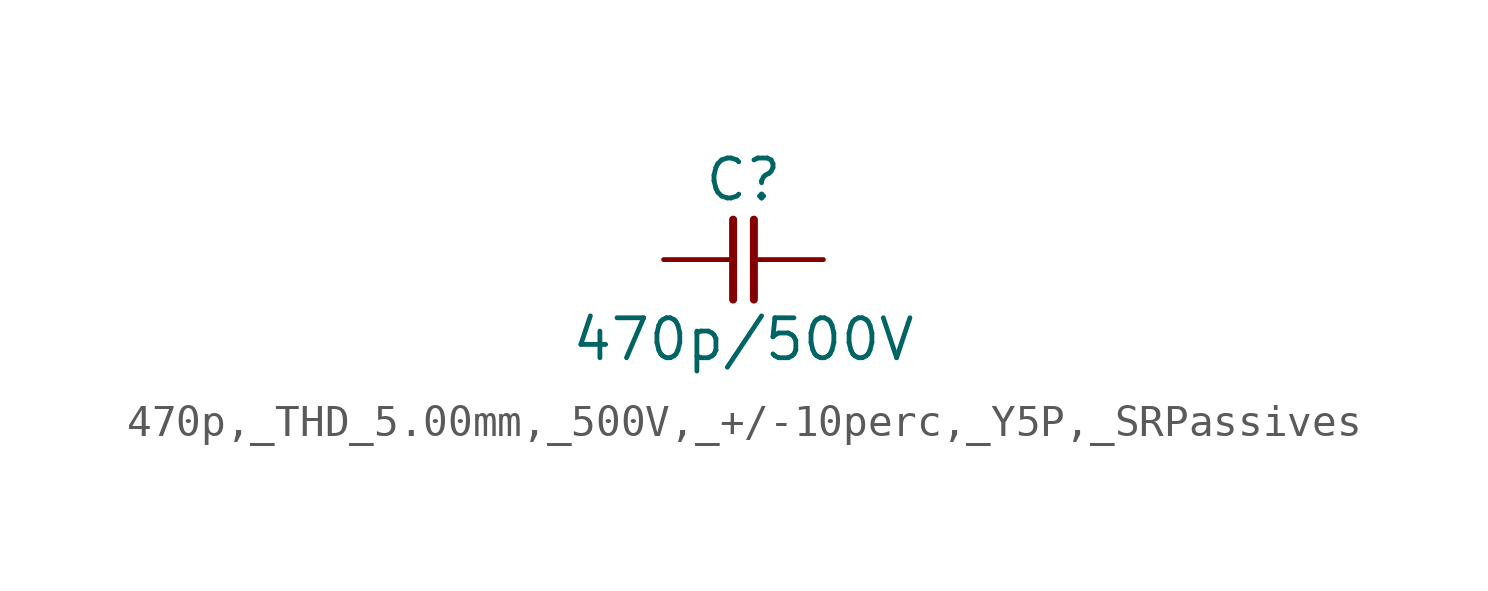
<source format=kicad_sym>
(kicad_symbol_lib
  (version 20241209)
  (generator "kicad_symbol_editor")
  (generator_version "9.0")
  (symbol "470p,_THD_5.00mm,_500V,_+/-10perc,_Y5P,_SRPassives"
    (pin_numbers
      (hide yes))
    (pin_names
      (offset 0)
      (hide yes))
    (property "Reference" "C"
      (at 0 2.54 0)
      (effects (font (size 1.27 1.27))))
    (property "Value" "470p/500V"
      (at 0 -2.54 0)
      (effects (font (size 1.27 1.27))))
    (symbol "470p,_THD_5.00mm,_500V,_+/-10perc,_Y5P,_SRPassives_0_1"
      (polyline (pts (xy -0.33 1.27) (xy -0.33 -1.27)) (stroke (width 0.254) (type default)) (fill (type none)))
      (polyline (pts (xy 0.33 1.27) (xy 0.33 -1.27)) (stroke (width 0.254) (type default)) (fill (type none))))
    (symbol "470p,_THD_5.00mm,_500V,_+/-10perc,_Y5P,_SRPassives_1_1"
      (pin passive line (at -2.54 0 0) (length 2.21) (name "1" (effects (font (size 1.27 1.27)))) (number "1" (effects (font (size 1.27 1.27)))))
      (pin passive line (at 2.54 0 180) (length 2.21) (name "2" (effects (font (size 1.27 1.27)))) (number "2" (effects (font (size 1.27 1.27))))))))
</source>
